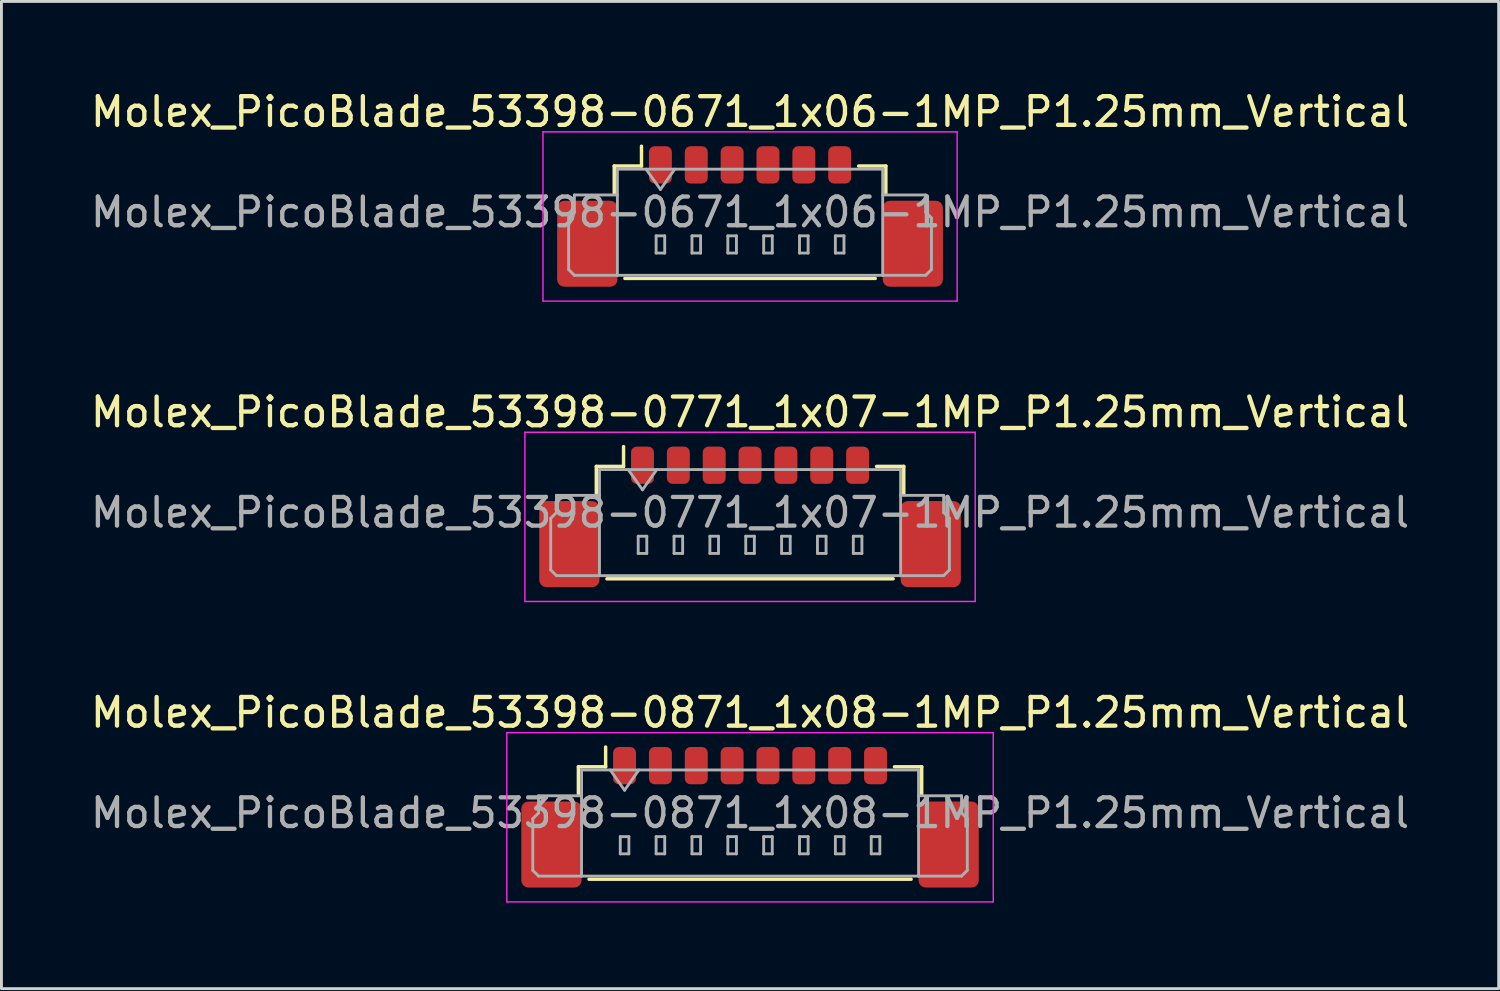
<source format=kicad_pcb>
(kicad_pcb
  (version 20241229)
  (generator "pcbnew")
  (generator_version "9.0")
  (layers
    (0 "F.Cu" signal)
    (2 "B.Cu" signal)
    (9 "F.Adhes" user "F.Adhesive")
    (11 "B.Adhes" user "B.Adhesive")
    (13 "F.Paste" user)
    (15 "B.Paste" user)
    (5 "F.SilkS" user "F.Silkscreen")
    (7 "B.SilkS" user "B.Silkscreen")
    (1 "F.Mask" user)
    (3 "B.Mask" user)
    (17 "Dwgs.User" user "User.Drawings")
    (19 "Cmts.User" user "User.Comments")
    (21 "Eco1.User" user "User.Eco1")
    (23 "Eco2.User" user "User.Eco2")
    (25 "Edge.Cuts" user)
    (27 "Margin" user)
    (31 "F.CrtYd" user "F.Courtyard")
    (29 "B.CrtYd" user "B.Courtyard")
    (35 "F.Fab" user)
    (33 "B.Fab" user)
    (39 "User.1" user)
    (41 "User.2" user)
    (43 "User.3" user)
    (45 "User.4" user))
  (footprint "Molex_PicoBlade_53398-0671_1x06-1MP_P1.25mm_Vertical"
    (layer "F.Cu")
    (at 23.101 3.948)
    (property "Reference" "Molex_PicoBlade_53398-0671_1x06-1MP_P1.25mm_Vertical" (at 0 -3.1 0) (layer "F.SilkS") (effects (font (size 1 1) (thickness 0.15))))
    (attr smd)
    (fp_line (start -4.735 -1.21) (end -3.785 -1.21) (stroke (width 0.12) (type solid)) (layer "F.SilkS"))
    (fp_line (start -4.735 -0.26) (end -4.735 -1.21) (stroke (width 0.12) (type solid)) (layer "F.SilkS"))
    (fp_line (start -4.365 2.71) (end 4.365 2.71) (stroke (width 0.12) (type solid)) (layer "F.SilkS"))
    (fp_line (start -3.785 -1.21) (end -3.785 -1.9) (stroke (width 0.12) (type solid)) (layer "F.SilkS"))
    (fp_line (start 4.735 -1.21) (end 3.785 -1.21) (stroke (width 0.12) (type solid)) (layer "F.SilkS"))
    (fp_line (start 4.735 -0.26) (end 4.735 -1.21) (stroke (width 0.12) (type solid)) (layer "F.SilkS"))
    (fp_line (start -7.22 -2.4) (end -7.22 3.5) (stroke (width 0.05) (type solid)) (layer "F.CrtYd"))
    (fp_line (start -7.22 3.5) (end 7.22 3.5) (stroke (width 0.05) (type solid)) (layer "F.CrtYd"))
    (fp_line (start 7.22 -2.4) (end -7.22 -2.4) (stroke (width 0.05) (type solid)) (layer "F.CrtYd"))
    (fp_line (start 7.22 3.5) (end 7.22 -2.4) (stroke (width 0.05) (type solid)) (layer "F.CrtYd"))
    (fp_line (start -6.325 0.6) (end -6.125 0.4) (stroke (width 0.1) (type solid)) (layer "F.Fab"))
    (fp_line (start -6.325 2.4) (end -6.325 0.6) (stroke (width 0.1) (type solid)) (layer "F.Fab"))
    (fp_line (start -6.125 -0.2) (end -4.625 -0.2) (stroke (width 0.1) (type solid)) (layer "F.Fab"))
    (fp_line (start -6.125 0.4) (end -6.125 -0.2) (stroke (width 0.1) (type solid)) (layer "F.Fab"))
    (fp_line (start -6.125 2.6) (end -6.325 2.4) (stroke (width 0.1) (type solid)) (layer "F.Fab"))
    (fp_line (start -4.625 -1.1) (end -4.625 2.6) (stroke (width 0.1) (type solid)) (layer "F.Fab"))
    (fp_line (start -4.625 -1.1) (end 4.625 -1.1) (stroke (width 0.1) (type solid)) (layer "F.Fab"))
    (fp_line (start -4.625 2.6) (end -6.125 2.6) (stroke (width 0.1) (type solid)) (layer "F.Fab"))
    (fp_line (start -4.625 2.6) (end 4.625 2.6) (stroke (width 0.1) (type solid)) (layer "F.Fab"))
    (fp_line (start -3.625 -1.1) (end -3.125 -0.393) (stroke (width 0.1) (type solid)) (layer "F.Fab"))
    (fp_line (start -3.275 1.225) (end -3.275 1.825) (stroke (width 0.1) (type solid)) (layer "F.Fab"))
    (fp_line (start -3.275 1.825) (end -2.975 1.825) (stroke (width 0.1) (type solid)) (layer "F.Fab"))
    (fp_line (start -3.125 -0.393) (end -2.625 -1.1) (stroke (width 0.1) (type solid)) (layer "F.Fab"))
    (fp_line (start -2.975 1.225) (end -3.275 1.225) (stroke (width 0.1) (type solid)) (layer "F.Fab"))
    (fp_line (start -2.975 1.825) (end -2.975 1.225) (stroke (width 0.1) (type solid)) (layer "F.Fab"))
    (fp_line (start -2.025 1.225) (end -2.025 1.825) (stroke (width 0.1) (type solid)) (layer "F.Fab"))
    (fp_line (start -2.025 1.825) (end -1.725 1.825) (stroke (width 0.1) (type solid)) (layer "F.Fab"))
    (fp_line (start -1.725 1.225) (end -2.025 1.225) (stroke (width 0.1) (type solid)) (layer "F.Fab"))
    (fp_line (start -1.725 1.825) (end -1.725 1.225) (stroke (width 0.1) (type solid)) (layer "F.Fab"))
    (fp_line (start -0.775 1.225) (end -0.775 1.825) (stroke (width 0.1) (type solid)) (layer "F.Fab"))
    (fp_line (start -0.775 1.825) (end -0.475 1.825) (stroke (width 0.1) (type solid)) (layer "F.Fab"))
    (fp_line (start -0.475 1.225) (end -0.775 1.225) (stroke (width 0.1) (type solid)) (layer "F.Fab"))
    (fp_line (start -0.475 1.825) (end -0.475 1.225) (stroke (width 0.1) (type solid)) (layer "F.Fab"))
    (fp_line (start 0.475 1.225) (end 0.475 1.825) (stroke (width 0.1) (type solid)) (layer "F.Fab"))
    (fp_line (start 0.475 1.825) (end 0.775 1.825) (stroke (width 0.1) (type solid)) (layer "F.Fab"))
    (fp_line (start 0.775 1.225) (end 0.475 1.225) (stroke (width 0.1) (type solid)) (layer "F.Fab"))
    (fp_line (start 0.775 1.825) (end 0.775 1.225) (stroke (width 0.1) (type solid)) (layer "F.Fab"))
    (fp_line (start 1.725 1.225) (end 1.725 1.825) (stroke (width 0.1) (type solid)) (layer "F.Fab"))
    (fp_line (start 1.725 1.825) (end 2.025 1.825) (stroke (width 0.1) (type solid)) (layer "F.Fab"))
    (fp_line (start 2.025 1.225) (end 1.725 1.225) (stroke (width 0.1) (type solid)) (layer "F.Fab"))
    (fp_line (start 2.025 1.825) (end 2.025 1.225) (stroke (width 0.1) (type solid)) (layer "F.Fab"))
    (fp_line (start 2.975 1.225) (end 2.975 1.825) (stroke (width 0.1) (type solid)) (layer "F.Fab"))
    (fp_line (start 2.975 1.825) (end 3.275 1.825) (stroke (width 0.1) (type solid)) (layer "F.Fab"))
    (fp_line (start 3.275 1.225) (end 2.975 1.225) (stroke (width 0.1) (type solid)) (layer "F.Fab"))
    (fp_line (start 3.275 1.825) (end 3.275 1.225) (stroke (width 0.1) (type solid)) (layer "F.Fab"))
    (fp_line (start 4.625 -1.1) (end 4.625 2.6) (stroke (width 0.1) (type solid)) (layer "F.Fab"))
    (fp_line (start 4.625 2.6) (end 6.125 2.6) (stroke (width 0.1) (type solid)) (layer "F.Fab"))
    (fp_line (start 6.125 -0.2) (end 4.625 -0.2) (stroke (width 0.1) (type solid)) (layer "F.Fab"))
    (fp_line (start 6.125 0.4) (end 6.125 -0.2) (stroke (width 0.1) (type solid)) (layer "F.Fab"))
    (fp_line (start 6.125 2.6) (end 6.325 2.4) (stroke (width 0.1) (type solid)) (layer "F.Fab"))
    (fp_line (start 6.325 0.6) (end 6.125 0.4) (stroke (width 0.1) (type solid)) (layer "F.Fab"))
    (fp_line (start 6.325 2.4) (end 6.325 0.6) (stroke (width 0.1) (type solid)) (layer "F.Fab"))
    (fp_text user "${REFERENCE}" (at 0 0.4 0) (layer "F.Fab") (effects (font (size 1 1) (thickness 0.15))))
    (pad "1" smd roundrect (at -3.125 -1.25) (size 0.8 1.3) (layers "F.Cu" "F.Mask" "F.Paste") (roundrect_rratio 0.25))
    (pad "2" smd roundrect (at -1.875 -1.25) (size 0.8 1.3) (layers "F.Cu" "F.Mask" "F.Paste") (roundrect_rratio 0.25))
    (pad "3" smd roundrect (at -0.625 -1.25) (size 0.8 1.3) (layers "F.Cu" "F.Mask" "F.Paste") (roundrect_rratio 0.25))
    (pad "4" smd roundrect (at 0.625 -1.25) (size 0.8 1.3) (layers "F.Cu" "F.Mask" "F.Paste") (roundrect_rratio 0.25))
    (pad "5" smd roundrect (at 1.875 -1.25) (size 0.8 1.3) (layers "F.Cu" "F.Mask" "F.Paste") (roundrect_rratio 0.25))
    (pad "6" smd roundrect (at 3.125 -1.25) (size 0.8 1.3) (layers "F.Cu" "F.Mask" "F.Paste") (roundrect_rratio 0.25))
    (pad "MP" smd roundrect (at -5.675 1.5) (size 2.1 3) (layers "F.Cu" "F.Mask" "F.Paste") (roundrect_rratio 0.119))
    (pad "MP" smd roundrect (at 5.675 1.5) (size 2.1 3) (layers "F.Cu" "F.Mask" "F.Paste") (roundrect_rratio 0.119)))
  (footprint "Molex_PicoBlade_53398-0771_1x07-1MP_P1.25mm_Vertical"
    (layer "F.Cu")
    (at 23.101 14.421)
    (property "Reference" "Molex_PicoBlade_53398-0771_1x07-1MP_P1.25mm_Vertical" (at 0 -3.1 0) (layer "F.SilkS") (effects (font (size 1 1) (thickness 0.15))))
    (attr smd)
    (fp_line (start -5.36 -1.21) (end -4.41 -1.21) (stroke (width 0.12) (type solid)) (layer "F.SilkS"))
    (fp_line (start -5.36 -0.26) (end -5.36 -1.21) (stroke (width 0.12) (type solid)) (layer "F.SilkS"))
    (fp_line (start -4.99 2.71) (end 4.99 2.71) (stroke (width 0.12) (type solid)) (layer "F.SilkS"))
    (fp_line (start -4.41 -1.21) (end -4.41 -1.9) (stroke (width 0.12) (type solid)) (layer "F.SilkS"))
    (fp_line (start 5.36 -1.21) (end 4.41 -1.21) (stroke (width 0.12) (type solid)) (layer "F.SilkS"))
    (fp_line (start 5.36 -0.26) (end 5.36 -1.21) (stroke (width 0.12) (type solid)) (layer "F.SilkS"))
    (fp_line (start -7.85 -2.4) (end -7.85 3.5) (stroke (width 0.05) (type solid)) (layer "F.CrtYd"))
    (fp_line (start -7.85 3.5) (end 7.85 3.5) (stroke (width 0.05) (type solid)) (layer "F.CrtYd"))
    (fp_line (start 7.85 -2.4) (end -7.85 -2.4) (stroke (width 0.05) (type solid)) (layer "F.CrtYd"))
    (fp_line (start 7.85 3.5) (end 7.85 -2.4) (stroke (width 0.05) (type solid)) (layer "F.CrtYd"))
    (fp_line (start -6.95 0.6) (end -6.75 0.4) (stroke (width 0.1) (type solid)) (layer "F.Fab"))
    (fp_line (start -6.95 2.4) (end -6.95 0.6) (stroke (width 0.1) (type solid)) (layer "F.Fab"))
    (fp_line (start -6.75 -0.2) (end -5.25 -0.2) (stroke (width 0.1) (type solid)) (layer "F.Fab"))
    (fp_line (start -6.75 0.4) (end -6.75 -0.2) (stroke (width 0.1) (type solid)) (layer "F.Fab"))
    (fp_line (start -6.75 2.6) (end -6.95 2.4) (stroke (width 0.1) (type solid)) (layer "F.Fab"))
    (fp_line (start -5.25 -1.1) (end -5.25 2.6) (stroke (width 0.1) (type solid)) (layer "F.Fab"))
    (fp_line (start -5.25 -1.1) (end 5.25 -1.1) (stroke (width 0.1) (type solid)) (layer "F.Fab"))
    (fp_line (start -5.25 2.6) (end -6.75 2.6) (stroke (width 0.1) (type solid)) (layer "F.Fab"))
    (fp_line (start -5.25 2.6) (end 5.25 2.6) (stroke (width 0.1) (type solid)) (layer "F.Fab"))
    (fp_line (start -4.25 -1.1) (end -3.75 -0.393) (stroke (width 0.1) (type solid)) (layer "F.Fab"))
    (fp_line (start -3.9 1.225) (end -3.9 1.825) (stroke (width 0.1) (type solid)) (layer "F.Fab"))
    (fp_line (start -3.9 1.825) (end -3.6 1.825) (stroke (width 0.1) (type solid)) (layer "F.Fab"))
    (fp_line (start -3.75 -0.393) (end -3.25 -1.1) (stroke (width 0.1) (type solid)) (layer "F.Fab"))
    (fp_line (start -3.6 1.225) (end -3.9 1.225) (stroke (width 0.1) (type solid)) (layer "F.Fab"))
    (fp_line (start -3.6 1.825) (end -3.6 1.225) (stroke (width 0.1) (type solid)) (layer "F.Fab"))
    (fp_line (start -2.65 1.225) (end -2.65 1.825) (stroke (width 0.1) (type solid)) (layer "F.Fab"))
    (fp_line (start -2.65 1.825) (end -2.35 1.825) (stroke (width 0.1) (type solid)) (layer "F.Fab"))
    (fp_line (start -2.35 1.225) (end -2.65 1.225) (stroke (width 0.1) (type solid)) (layer "F.Fab"))
    (fp_line (start -2.35 1.825) (end -2.35 1.225) (stroke (width 0.1) (type solid)) (layer "F.Fab"))
    (fp_line (start -1.4 1.225) (end -1.4 1.825) (stroke (width 0.1) (type solid)) (layer "F.Fab"))
    (fp_line (start -1.4 1.825) (end -1.1 1.825) (stroke (width 0.1) (type solid)) (layer "F.Fab"))
    (fp_line (start -1.1 1.225) (end -1.4 1.225) (stroke (width 0.1) (type solid)) (layer "F.Fab"))
    (fp_line (start -1.1 1.825) (end -1.1 1.225) (stroke (width 0.1) (type solid)) (layer "F.Fab"))
    (fp_line (start -0.15 1.225) (end -0.15 1.825) (stroke (width 0.1) (type solid)) (layer "F.Fab"))
    (fp_line (start -0.15 1.825) (end 0.15 1.825) (stroke (width 0.1) (type solid)) (layer "F.Fab"))
    (fp_line (start 0.15 1.225) (end -0.15 1.225) (stroke (width 0.1) (type solid)) (layer "F.Fab"))
    (fp_line (start 0.15 1.825) (end 0.15 1.225) (stroke (width 0.1) (type solid)) (layer "F.Fab"))
    (fp_line (start 1.1 1.225) (end 1.1 1.825) (stroke (width 0.1) (type solid)) (layer "F.Fab"))
    (fp_line (start 1.1 1.825) (end 1.4 1.825) (stroke (width 0.1) (type solid)) (layer "F.Fab"))
    (fp_line (start 1.4 1.225) (end 1.1 1.225) (stroke (width 0.1) (type solid)) (layer "F.Fab"))
    (fp_line (start 1.4 1.825) (end 1.4 1.225) (stroke (width 0.1) (type solid)) (layer "F.Fab"))
    (fp_line (start 2.35 1.225) (end 2.35 1.825) (stroke (width 0.1) (type solid)) (layer "F.Fab"))
    (fp_line (start 2.35 1.825) (end 2.65 1.825) (stroke (width 0.1) (type solid)) (layer "F.Fab"))
    (fp_line (start 2.65 1.225) (end 2.35 1.225) (stroke (width 0.1) (type solid)) (layer "F.Fab"))
    (fp_line (start 2.65 1.825) (end 2.65 1.225) (stroke (width 0.1) (type solid)) (layer "F.Fab"))
    (fp_line (start 3.6 1.225) (end 3.6 1.825) (stroke (width 0.1) (type solid)) (layer "F.Fab"))
    (fp_line (start 3.6 1.825) (end 3.9 1.825) (stroke (width 0.1) (type solid)) (layer "F.Fab"))
    (fp_line (start 3.9 1.225) (end 3.6 1.225) (stroke (width 0.1) (type solid)) (layer "F.Fab"))
    (fp_line (start 3.9 1.825) (end 3.9 1.225) (stroke (width 0.1) (type solid)) (layer "F.Fab"))
    (fp_line (start 5.25 -1.1) (end 5.25 2.6) (stroke (width 0.1) (type solid)) (layer "F.Fab"))
    (fp_line (start 5.25 2.6) (end 6.75 2.6) (stroke (width 0.1) (type solid)) (layer "F.Fab"))
    (fp_line (start 6.75 -0.2) (end 5.25 -0.2) (stroke (width 0.1) (type solid)) (layer "F.Fab"))
    (fp_line (start 6.75 0.4) (end 6.75 -0.2) (stroke (width 0.1) (type solid)) (layer "F.Fab"))
    (fp_line (start 6.75 2.6) (end 6.95 2.4) (stroke (width 0.1) (type solid)) (layer "F.Fab"))
    (fp_line (start 6.95 0.6) (end 6.75 0.4) (stroke (width 0.1) (type solid)) (layer "F.Fab"))
    (fp_line (start 6.95 2.4) (end 6.95 0.6) (stroke (width 0.1) (type solid)) (layer "F.Fab"))
    (fp_text user "${REFERENCE}" (at 0 0.4 0) (layer "F.Fab") (effects (font (size 1 1) (thickness 0.15))))
    (pad "1" smd roundrect (at -3.75 -1.25) (size 0.8 1.3) (layers "F.Cu" "F.Mask" "F.Paste") (roundrect_rratio 0.25))
    (pad "2" smd roundrect (at -2.5 -1.25) (size 0.8 1.3) (layers "F.Cu" "F.Mask" "F.Paste") (roundrect_rratio 0.25))
    (pad "3" smd roundrect (at -1.25 -1.25) (size 0.8 1.3) (layers "F.Cu" "F.Mask" "F.Paste") (roundrect_rratio 0.25))
    (pad "4" smd roundrect (at 0 -1.25) (size 0.8 1.3) (layers "F.Cu" "F.Mask" "F.Paste") (roundrect_rratio 0.25))
    (pad "5" smd roundrect (at 1.25 -1.25) (size 0.8 1.3) (layers "F.Cu" "F.Mask" "F.Paste") (roundrect_rratio 0.25))
    (pad "6" smd roundrect (at 2.5 -1.25) (size 0.8 1.3) (layers "F.Cu" "F.Mask" "F.Paste") (roundrect_rratio 0.25))
    (pad "7" smd roundrect (at 3.75 -1.25) (size 0.8 1.3) (layers "F.Cu" "F.Mask" "F.Paste") (roundrect_rratio 0.25))
    (pad "MP" smd roundrect (at -6.3 1.5) (size 2.1 3) (layers "F.Cu" "F.Mask" "F.Paste") (roundrect_rratio 0.119))
    (pad "MP" smd roundrect (at 6.3 1.5) (size 2.1 3) (layers "F.Cu" "F.Mask" "F.Paste") (roundrect_rratio 0.119)))
  (footprint "Molex_PicoBlade_53398-0871_1x08-1MP_P1.25mm_Vertical"
    (layer "F.Cu")
    (at 23.101 24.895)
    (property "Reference" "Molex_PicoBlade_53398-0871_1x08-1MP_P1.25mm_Vertical" (at 0 -3.1 0) (layer "F.SilkS") (effects (font (size 1 1) (thickness 0.15))))
    (attr smd)
    (fp_line (start -5.985 -1.21) (end -5.035 -1.21) (stroke (width 0.12) (type solid)) (layer "F.SilkS"))
    (fp_line (start -5.985 -0.26) (end -5.985 -1.21) (stroke (width 0.12) (type solid)) (layer "F.SilkS"))
    (fp_line (start -5.615 2.71) (end 5.615 2.71) (stroke (width 0.12) (type solid)) (layer "F.SilkS"))
    (fp_line (start -5.035 -1.21) (end -5.035 -1.9) (stroke (width 0.12) (type solid)) (layer "F.SilkS"))
    (fp_line (start 5.985 -1.21) (end 5.035 -1.21) (stroke (width 0.12) (type solid)) (layer "F.SilkS"))
    (fp_line (start 5.985 -0.26) (end 5.985 -1.21) (stroke (width 0.12) (type solid)) (layer "F.SilkS"))
    (fp_line (start -8.48 -2.4) (end -8.48 3.5) (stroke (width 0.05) (type solid)) (layer "F.CrtYd"))
    (fp_line (start -8.48 3.5) (end 8.48 3.5) (stroke (width 0.05) (type solid)) (layer "F.CrtYd"))
    (fp_line (start 8.48 -2.4) (end -8.48 -2.4) (stroke (width 0.05) (type solid)) (layer "F.CrtYd"))
    (fp_line (start 8.48 3.5) (end 8.48 -2.4) (stroke (width 0.05) (type solid)) (layer "F.CrtYd"))
    (fp_line (start -7.575 0.6) (end -7.375 0.4) (stroke (width 0.1) (type solid)) (layer "F.Fab"))
    (fp_line (start -7.575 2.4) (end -7.575 0.6) (stroke (width 0.1) (type solid)) (layer "F.Fab"))
    (fp_line (start -7.375 -0.2) (end -5.875 -0.2) (stroke (width 0.1) (type solid)) (layer "F.Fab"))
    (fp_line (start -7.375 0.4) (end -7.375 -0.2) (stroke (width 0.1) (type solid)) (layer "F.Fab"))
    (fp_line (start -7.375 2.6) (end -7.575 2.4) (stroke (width 0.1) (type solid)) (layer "F.Fab"))
    (fp_line (start -5.875 -1.1) (end -5.875 2.6) (stroke (width 0.1) (type solid)) (layer "F.Fab"))
    (fp_line (start -5.875 -1.1) (end 5.875 -1.1) (stroke (width 0.1) (type solid)) (layer "F.Fab"))
    (fp_line (start -5.875 2.6) (end -7.375 2.6) (stroke (width 0.1) (type solid)) (layer "F.Fab"))
    (fp_line (start -5.875 2.6) (end 5.875 2.6) (stroke (width 0.1) (type solid)) (layer "F.Fab"))
    (fp_line (start -4.875 -1.1) (end -4.375 -0.393) (stroke (width 0.1) (type solid)) (layer "F.Fab"))
    (fp_line (start -4.525 1.225) (end -4.525 1.825) (stroke (width 0.1) (type solid)) (layer "F.Fab"))
    (fp_line (start -4.525 1.825) (end -4.225 1.825) (stroke (width 0.1) (type solid)) (layer "F.Fab"))
    (fp_line (start -4.375 -0.393) (end -3.875 -1.1) (stroke (width 0.1) (type solid)) (layer "F.Fab"))
    (fp_line (start -4.225 1.225) (end -4.525 1.225) (stroke (width 0.1) (type solid)) (layer "F.Fab"))
    (fp_line (start -4.225 1.825) (end -4.225 1.225) (stroke (width 0.1) (type solid)) (layer "F.Fab"))
    (fp_line (start -3.275 1.225) (end -3.275 1.825) (stroke (width 0.1) (type solid)) (layer "F.Fab"))
    (fp_line (start -3.275 1.825) (end -2.975 1.825) (stroke (width 0.1) (type solid)) (layer "F.Fab"))
    (fp_line (start -2.975 1.225) (end -3.275 1.225) (stroke (width 0.1) (type solid)) (layer "F.Fab"))
    (fp_line (start -2.975 1.825) (end -2.975 1.225) (stroke (width 0.1) (type solid)) (layer "F.Fab"))
    (fp_line (start -2.025 1.225) (end -2.025 1.825) (stroke (width 0.1) (type solid)) (layer "F.Fab"))
    (fp_line (start -2.025 1.825) (end -1.725 1.825) (stroke (width 0.1) (type solid)) (layer "F.Fab"))
    (fp_line (start -1.725 1.225) (end -2.025 1.225) (stroke (width 0.1) (type solid)) (layer "F.Fab"))
    (fp_line (start -1.725 1.825) (end -1.725 1.225) (stroke (width 0.1) (type solid)) (layer "F.Fab"))
    (fp_line (start -0.775 1.225) (end -0.775 1.825) (stroke (width 0.1) (type solid)) (layer "F.Fab"))
    (fp_line (start -0.775 1.825) (end -0.475 1.825) (stroke (width 0.1) (type solid)) (layer "F.Fab"))
    (fp_line (start -0.475 1.225) (end -0.775 1.225) (stroke (width 0.1) (type solid)) (layer "F.Fab"))
    (fp_line (start -0.475 1.825) (end -0.475 1.225) (stroke (width 0.1) (type solid)) (layer "F.Fab"))
    (fp_line (start 0.475 1.225) (end 0.475 1.825) (stroke (width 0.1) (type solid)) (layer "F.Fab"))
    (fp_line (start 0.475 1.825) (end 0.775 1.825) (stroke (width 0.1) (type solid)) (layer "F.Fab"))
    (fp_line (start 0.775 1.225) (end 0.475 1.225) (stroke (width 0.1) (type solid)) (layer "F.Fab"))
    (fp_line (start 0.775 1.825) (end 0.775 1.225) (stroke (width 0.1) (type solid)) (layer "F.Fab"))
    (fp_line (start 1.725 1.225) (end 1.725 1.825) (stroke (width 0.1) (type solid)) (layer "F.Fab"))
    (fp_line (start 1.725 1.825) (end 2.025 1.825) (stroke (width 0.1) (type solid)) (layer "F.Fab"))
    (fp_line (start 2.025 1.225) (end 1.725 1.225) (stroke (width 0.1) (type solid)) (layer "F.Fab"))
    (fp_line (start 2.025 1.825) (end 2.025 1.225) (stroke (width 0.1) (type solid)) (layer "F.Fab"))
    (fp_line (start 2.975 1.225) (end 2.975 1.825) (stroke (width 0.1) (type solid)) (layer "F.Fab"))
    (fp_line (start 2.975 1.825) (end 3.275 1.825) (stroke (width 0.1) (type solid)) (layer "F.Fab"))
    (fp_line (start 3.275 1.225) (end 2.975 1.225) (stroke (width 0.1) (type solid)) (layer "F.Fab"))
    (fp_line (start 3.275 1.825) (end 3.275 1.225) (stroke (width 0.1) (type solid)) (layer "F.Fab"))
    (fp_line (start 4.225 1.225) (end 4.225 1.825) (stroke (width 0.1) (type solid)) (layer "F.Fab"))
    (fp_line (start 4.225 1.825) (end 4.525 1.825) (stroke (width 0.1) (type solid)) (layer "F.Fab"))
    (fp_line (start 4.525 1.225) (end 4.225 1.225) (stroke (width 0.1) (type solid)) (layer "F.Fab"))
    (fp_line (start 4.525 1.825) (end 4.525 1.225) (stroke (width 0.1) (type solid)) (layer "F.Fab"))
    (fp_line (start 5.875 -1.1) (end 5.875 2.6) (stroke (width 0.1) (type solid)) (layer "F.Fab"))
    (fp_line (start 5.875 2.6) (end 7.375 2.6) (stroke (width 0.1) (type solid)) (layer "F.Fab"))
    (fp_line (start 7.375 -0.2) (end 5.875 -0.2) (stroke (width 0.1) (type solid)) (layer "F.Fab"))
    (fp_line (start 7.375 0.4) (end 7.375 -0.2) (stroke (width 0.1) (type solid)) (layer "F.Fab"))
    (fp_line (start 7.375 2.6) (end 7.575 2.4) (stroke (width 0.1) (type solid)) (layer "F.Fab"))
    (fp_line (start 7.575 0.6) (end 7.375 0.4) (stroke (width 0.1) (type solid)) (layer "F.Fab"))
    (fp_line (start 7.575 2.4) (end 7.575 0.6) (stroke (width 0.1) (type solid)) (layer "F.Fab"))
    (fp_text user "${REFERENCE}" (at 0 0.4 0) (layer "F.Fab") (effects (font (size 1 1) (thickness 0.15))))
    (pad "1" smd roundrect (at -4.375 -1.25) (size 0.8 1.3) (layers "F.Cu" "F.Mask" "F.Paste") (roundrect_rratio 0.25))
    (pad "2" smd roundrect (at -3.125 -1.25) (size 0.8 1.3) (layers "F.Cu" "F.Mask" "F.Paste") (roundrect_rratio 0.25))
    (pad "3" smd roundrect (at -1.875 -1.25) (size 0.8 1.3) (layers "F.Cu" "F.Mask" "F.Paste") (roundrect_rratio 0.25))
    (pad "4" smd roundrect (at -0.625 -1.25) (size 0.8 1.3) (layers "F.Cu" "F.Mask" "F.Paste") (roundrect_rratio 0.25))
    (pad "5" smd roundrect (at 0.625 -1.25) (size 0.8 1.3) (layers "F.Cu" "F.Mask" "F.Paste") (roundrect_rratio 0.25))
    (pad "6" smd roundrect (at 1.875 -1.25) (size 0.8 1.3) (layers "F.Cu" "F.Mask" "F.Paste") (roundrect_rratio 0.25))
    (pad "7" smd roundrect (at 3.125 -1.25) (size 0.8 1.3) (layers "F.Cu" "F.Mask" "F.Paste") (roundrect_rratio 0.25))
    (pad "8" smd roundrect (at 4.375 -1.25) (size 0.8 1.3) (layers "F.Cu" "F.Mask" "F.Paste") (roundrect_rratio 0.25))
    (pad "MP" smd roundrect (at -6.925 1.5) (size 2.1 3) (layers "F.Cu" "F.Mask" "F.Paste") (roundrect_rratio 0.119))
    (pad "MP" smd roundrect (at 6.925 1.5) (size 2.1 3) (layers "F.Cu" "F.Mask" "F.Paste") (roundrect_rratio 0.119)))
  (gr_rect
    (start -3 -3)
    (end 49.202 31.42)
    (stroke (width 0.1) (type default))
    (fill no)
    (layer "Edge.Cuts")))
</source>
